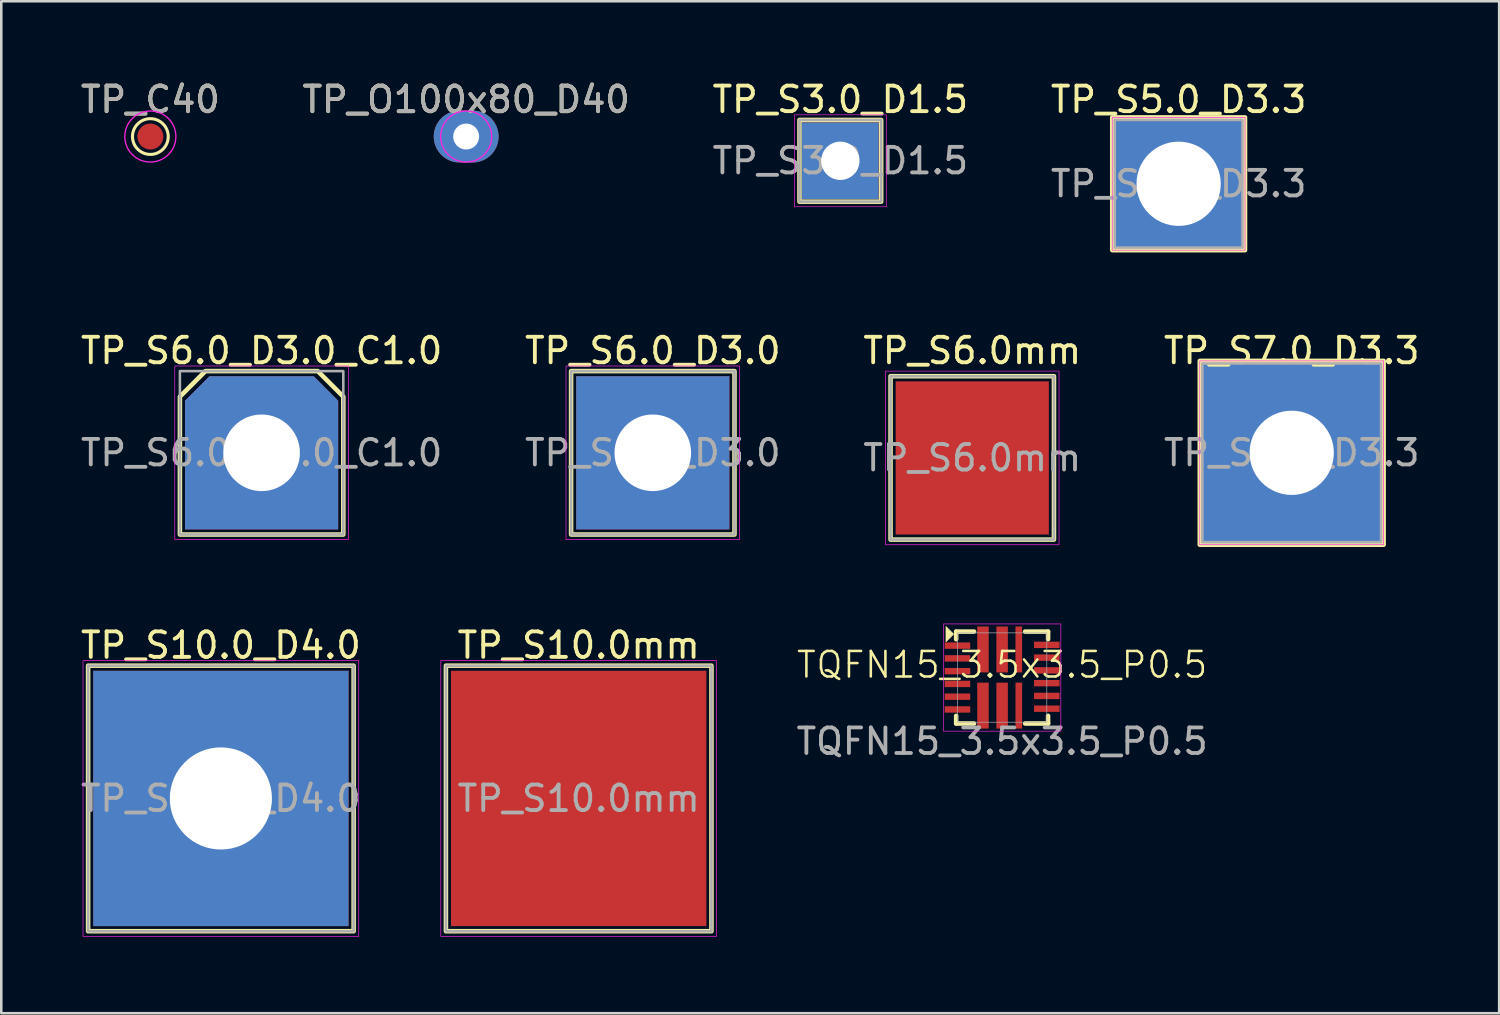
<source format=kicad_pcb>
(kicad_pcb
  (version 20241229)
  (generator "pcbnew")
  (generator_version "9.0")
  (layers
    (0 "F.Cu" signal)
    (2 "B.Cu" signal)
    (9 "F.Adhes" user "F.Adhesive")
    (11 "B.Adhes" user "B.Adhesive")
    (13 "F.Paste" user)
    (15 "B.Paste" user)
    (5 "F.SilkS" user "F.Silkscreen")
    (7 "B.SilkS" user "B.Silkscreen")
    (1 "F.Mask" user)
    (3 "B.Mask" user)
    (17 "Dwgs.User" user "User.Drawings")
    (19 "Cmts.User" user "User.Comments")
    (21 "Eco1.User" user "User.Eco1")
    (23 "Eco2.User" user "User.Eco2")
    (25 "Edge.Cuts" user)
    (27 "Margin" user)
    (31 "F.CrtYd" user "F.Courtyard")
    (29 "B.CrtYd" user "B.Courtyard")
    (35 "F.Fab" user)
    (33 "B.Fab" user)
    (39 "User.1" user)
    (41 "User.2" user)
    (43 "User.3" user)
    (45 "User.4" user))
  (footprint "TP_S6.0mm"
    (layer "F.Cu")
    (at 35.03 14.885)
    (property "Reference" "TP_S6.0mm" (at 0 -4.2 0) (layer "F.SilkS") (effects (font (size 1 1) (thickness 0.15))))
    (attr exclude_from_pos_files exclude_from_bom)
    (fp_rect (start -3.2 -3.2) (end 3.2 3.2) (stroke (width 0.178) (type solid)) (fill no) (layer "F.SilkS"))
    (fp_rect (start -3.4 -3.4) (end 3.4 3.4) (stroke (width 0.025) (type solid)) (fill no) (layer "F.CrtYd"))
    (fp_rect (start -3.2 -3.2) (end 3.2 3.2) (stroke (width 0.1) (type solid)) (fill no) (layer "F.Fab"))
    (fp_text user "${REFERENCE}" (at 0 0 0) (layer "F.Fab") (effects (font (size 1 1) (thickness 0.15))))
    (pad "1" smd rect (at 0 0) (size 6 6) (layers "F.Cu" "F.Mask")))
  (footprint "TP_S6.0_D3.0_C1.0"
    (layer "F.Cu")
    (at 7.196 14.685)
    (property "Reference" "TP_S6.0_D3.0_C1.0" (at 0 -4 0) (unlocked yes) (layer "F.SilkS") (effects (font (size 1 1) (thickness 0.15))))
    (attr through_hole)
    (fp_poly (pts (xy 3.2 -2.2) (xy 3.2 3.2) (xy -3.2 3.2) (xy -3.2 -2.2) (xy -2.2 -3.2) (xy 2.2 -3.2)) (stroke (width 0.178) (type solid)) (fill no) (layer "F.SilkS"))
    (fp_rect (start -3.4 3.4) (end 3.4 -3.4) (stroke (width 0.025) (type solid)) (fill no) (layer "F.CrtYd"))
    (fp_rect (start -3.2 3.2) (end 3.2 -3.2) (stroke (width 0.1) (type solid)) (fill no) (layer "F.Fab"))
    (fp_text user "${REFERENCE}" (at 0 0 0) (unlocked yes) (layer "F.Fab") (effects (font (size 1 1) (thickness 0.15))))
    (pad "1" thru_hole roundrect (at 0 0) (size 6 6) (drill 3) (layers "*.Cu" "*.Mask") (roundrect_rratio 0) (chamfer_ratio 0.16) (chamfer top_left top_right)))
  (footprint "TP_S7.0_D3.3"
    (layer "F.Cu")
    (at 47.542 14.685)
    (property "Reference" "TP_S7.0_D3.3" (at 0 -4 0) (unlocked yes) (layer "F.SilkS") (effects (font (size 1 1) (thickness 0.15))))
    (attr through_hole)
    (fp_rect (start -3.6 -3.6) (end 3.6 3.6) (stroke (width 0.178) (type solid)) (fill no) (layer "F.SilkS"))
    (fp_rect (start -3.6 -3.6) (end 3.6 3.6) (stroke (width 0.025) (type solid)) (fill no) (layer "F.CrtYd"))
    (fp_rect (start -3.5 -3.5) (end 3.5 3.5) (stroke (width 0.1) (type solid)) (fill no) (layer "F.Fab"))
    (fp_text user "${REFERENCE}" (at 0 0 0) (unlocked yes) (layer "F.Fab") (effects (font (size 1 1) (thickness 0.15))))
    (pad "1" thru_hole rect (at 0 0) (size 7 7) (drill 3.3) (layers "*.Cu" "*.Mask")))
  (footprint "TP_S10.0_D4.0"
    (layer "F.Cu")
    (at 5.601 28.223)
    (property "Reference" "TP_S10.0_D4.0" (at 0 -6 0) (unlocked yes) (layer "F.SilkS") (effects (font (size 1 1) (thickness 0.15))))
    (attr through_hole)
    (fp_rect (start -5.2 -5.2) (end 5.2 5.2) (stroke (width 0.178) (type solid)) (fill no) (layer "F.SilkS"))
    (fp_rect (start -5.4 5.4) (end 5.4 -5.4) (stroke (width 0.025) (type solid)) (fill no) (layer "F.CrtYd"))
    (fp_rect (start -5.2 -5.2) (end 5.2 5.2) (stroke (width 0.1) (type solid)) (fill no) (layer "F.Fab"))
    (fp_text user "${REFERENCE}" (at 0 0 0) (unlocked yes) (layer "F.Fab") (effects (font (size 1 1) (thickness 0.15))))
    (pad "1" thru_hole rect (at 0 0) (size 10 10) (drill 4) (layers "*.Cu" "*.Mask")))
  (footprint "TP_S5.0_D3.3"
    (layer "F.Cu")
    (at 43.113 4.148)
    (property "Reference" "TP_S5.0_D3.3" (at 0 -3.3 0) (unlocked yes) (layer "F.SilkS") (effects (font (size 1 1) (thickness 0.15))))
    (attr through_hole)
    (fp_rect (start -2.6 -2.6) (end 2.6 2.6) (stroke (width 0.178) (type solid)) (fill no) (layer "F.SilkS"))
    (fp_rect (start -2.6 -2.6) (end 2.6 2.6) (stroke (width 0.025) (type solid)) (fill no) (layer "F.CrtYd"))
    (fp_rect (start -2.5 -2.5) (end 2.5 2.5) (stroke (width 0.1) (type solid)) (fill no) (layer "F.Fab"))
    (fp_text user "${REFERENCE}" (at 0 0 0) (unlocked yes) (layer "F.Fab") (effects (font (size 1 1) (thickness 0.15))))
    (pad "1" thru_hole rect (at 0 0) (size 5 5) (drill 3.3) (layers "*.Cu" "*.Mask")))
  (footprint "TP_S6.0_D3.0"
    (layer "F.Cu")
    (at 22.518 14.685)
    (property "Reference" "TP_S6.0_D3.0" (at 0 -4 0) (unlocked yes) (layer "F.SilkS") (effects (font (size 1 1) (thickness 0.15))))
    (attr through_hole)
    (fp_rect (start -3.2 -3.2) (end 3.2 3.2) (stroke (width 0.178) (type solid)) (fill no) (layer "F.SilkS"))
    (fp_rect (start -3.4 3.4) (end 3.4 -3.4) (stroke (width 0.025) (type solid)) (fill no) (layer "F.CrtYd"))
    (fp_rect (start -3.2 3.2) (end 3.2 -3.2) (stroke (width 0.1) (type solid)) (fill no) (layer "F.Fab"))
    (fp_text user "${REFERENCE}" (at 0 0 0) (unlocked yes) (layer "F.Fab") (effects (font (size 1 1) (thickness 0.15))))
    (pad "1" thru_hole rect (at 0 0) (size 6 6) (drill 3) (layers "*.Cu" "*.Mask")))
  (footprint "TP_S10.0mm"
    (layer "F.Cu")
    (at 19.615 28.223)
    (property "Reference" "TP_S10.0mm" (at 0 -6 0) (layer "F.SilkS") (effects (font (size 1 1) (thickness 0.15))))
    (attr exclude_from_pos_files exclude_from_bom)
    (fp_rect (start -5.2 -5.2) (end 5.2 5.2) (stroke (width 0.178) (type solid)) (fill no) (layer "F.SilkS"))
    (fp_rect (start -5.4 -5.4) (end 5.4 5.4) (stroke (width 0.025) (type solid)) (fill no) (layer "F.CrtYd"))
    (fp_rect (start -5.2 -5.2) (end 5.2 5.2) (stroke (width 0.1) (type solid)) (fill no) (layer "F.Fab"))
    (fp_text user "${REFERENCE}" (at 0 0 0) (layer "F.Fab") (effects (font (size 1 1) (thickness 0.15))))
    (pad "1" smd rect (at 0 0) (size 10 10) (layers "F.Cu" "F.Mask")))
  (footprint "TP_S3.0_D1.5"
    (layer "F.Cu")
    (at 29.863 3.248)
    (property "Reference" "TP_S3.0_D1.5" (at 0 -2.4 0) (unlocked yes) (layer "F.SilkS") (effects (font (size 1 1) (thickness 0.15))))
    (attr through_hole)
    (fp_rect (start -1.6 -1.6) (end 1.6 1.6) (stroke (width 0.178) (type solid)) (fill no) (layer "F.SilkS"))
    (fp_rect (start -1.8 1.8) (end 1.8 -1.8) (stroke (width 0.025) (type solid)) (fill no) (layer "F.CrtYd"))
    (fp_rect (start -1.6 1.6) (end 1.6 -1.6) (stroke (width 0.1) (type solid)) (fill no) (layer "F.Fab"))
    (fp_text user "${REFERENCE}" (at 0 0 0) (unlocked yes) (layer "F.Fab") (effects (font (size 1 1) (thickness 0.15))))
    (pad "1" thru_hole rect (at 0 0) (size 3 3) (drill 1.5) (layers "*.Cu" "*.Mask")))
  (footprint "TP_C40"
    (layer "F.Cu")
    (at 2.839 2.298)
    (property "Reference" "TP_C40" (at 0 -1.448 0) (layer "F.SilkS") (effects (font (size 1 1) (thickness 0.15))))
    (attr exclude_from_pos_files exclude_from_bom)
    (fp_circle (center 0 0) (end 0 0.7) (stroke (width 0.12) (type solid)) (fill no) (layer "F.SilkS"))
    (fp_circle (center 0 0) (end 1 0) (stroke (width 0.05) (type solid)) (fill no) (layer "F.CrtYd"))
    (fp_text user "${REFERENCE}" (at 0 -1.45 0) (layer "F.Fab") (effects (font (size 1 1) (thickness 0.15))))
    (pad "1" smd circle (at 0 0) (size 1.016 1.016) (layers "F.Cu" "F.Mask")))
  (footprint "TP_O100x80_D40"
    (layer "F.Cu")
    (at 15.208 2.298)
    (property "Reference" "TP_O100x80_D40" (at 0 -1.448 0) (layer "F.SilkS") (effects (font (size 1 1) (thickness 0.15))))
    (attr exclude_from_pos_files exclude_from_bom)
    (fp_circle (center 0 0) (end 1 0) (stroke (width 0.05) (type solid)) (fill no) (layer "F.CrtYd"))
    (fp_text user "${REFERENCE}" (at 0 -1.45 0) (layer "F.Fab") (effects (font (size 1 1) (thickness 0.15))))
    (pad "1" thru_hole oval (at 0 0) (size 2.54 2.032) (drill 1.016) (layers "*.Cu" "*.Mask")))
  (footprint "TQFN15_3.5x3.5_P0.5"
    (layer "F.Cu")
    (at 36.2 23.487)
    (property "Reference" "TQFN15_3.5x3.5_P0.5" (at 0 -0.5 0) (unlocked yes) (layer "F.SilkS") (effects (font (size 1 1) (thickness 0.1))))
    (attr smd)
    (fp_line (start -1.8 -1.8) (end -1.8 -1.5) (stroke (width 0.178) (type default)) (layer "F.SilkS"))
    (fp_line (start -1.8 1.5) (end -1.8 1.8) (stroke (width 0.178) (type default)) (layer "F.SilkS"))
    (fp_line (start -1.8 1.8) (end -1.1 1.8) (stroke (width 0.178) (type default)) (layer "F.SilkS"))
    (fp_line (start -1.1 -1.8) (end -1.8 -1.8) (stroke (width 0.178) (type default)) (layer "F.SilkS"))
    (fp_line (start 0.9 -1.8) (end 1.8 -1.8) (stroke (width 0.178) (type default)) (layer "F.SilkS"))
    (fp_line (start 0.9 1.8) (end 1.8 1.8) (stroke (width 0.178) (type default)) (layer "F.SilkS"))
    (fp_line (start 1.8 -1.8) (end 1.8 -1.5) (stroke (width 0.178) (type default)) (layer "F.SilkS"))
    (fp_line (start 1.8 1.8) (end 1.8 1.5) (stroke (width 0.178) (type default)) (layer "F.SilkS"))
    (fp_poly (pts (xy -1.9 -1.7) (xy -2.2 -2) (xy -2.2 -1.4)) (stroke (width 0.025) (type solid)) (fill yes) (layer "F.SilkS"))
    (fp_rect (start -2.3 -2.1) (end 2.3 2.1) (stroke (width 0.025) (type default)) (fill no) (layer "F.CrtYd"))
    (fp_rect (start -1.75 -1.75) (end 1.75 1.75) (stroke (width 0.025) (type default)) (fill no) (layer "F.Fab"))
    (fp_text user "${REFERENCE}" (at 0 2.5 0) (unlocked yes) (layer "F.Fab") (effects (font (size 1 1) (thickness 0.15))))
    (pad "1" smd rect (at -1.75 -1.25) (size 1 0.25) (layers "F.Cu" "F.Mask" "F.Paste"))
    (pad "2" smd rect (at -1.75 -0.75) (size 1 0.25) (layers "F.Cu" "F.Mask" "F.Paste"))
    (pad "3" smd rect (at -1.75 -0.25) (size 1 0.25) (layers "F.Cu" "F.Mask" "F.Paste"))
    (pad "4" smd rect (at -1.75 0.25) (size 1 0.25) (layers "F.Cu" "F.Mask" "F.Paste"))
    (pad "5" smd rect (at -1.75 0.75) (size 1 0.25) (layers "F.Cu" "F.Mask" "F.Paste"))
    (pad "6" smd rect (at -1.75 1.25) (size 1 0.25) (layers "F.Cu" "F.Mask" "F.Paste"))
    (pad "7" smd rect (at -0.75 -1.1) (size 0.45 1.8) (layers "F.Cu" "F.Mask" "F.Paste"))
    (pad "7" smd rect (at -0.75 1.1) (size 0.45 1.8) (layers "F.Cu" "F.Mask" "F.Paste"))
    (pad "8" smd rect (at 0 -1.1) (size 0.45 1.8) (layers "F.Cu" "F.Mask" "F.Paste"))
    (pad "8" smd rect (at 0 1.1) (size 0.45 1.8) (layers "F.Cu" "F.Mask" "F.Paste"))
    (pad "9" smd rect (at 0.653 -1.1) (size 0.26 1.8) (layers "F.Cu" "F.Mask" "F.Paste"))
    (pad "9" smd rect (at 0.653 1.1) (size 0.26 1.8) (layers "F.Cu" "F.Mask" "F.Paste"))
    (pad "10" smd rect (at 1.75 1.22) (size 1 0.25) (layers "F.Cu" "F.Mask" "F.Paste"))
    (pad "11" smd rect (at 1.75 0.72) (size 1 0.25) (layers "F.Cu" "F.Mask" "F.Paste"))
    (pad "12" smd rect (at 1.75 0.22) (size 1 0.25) (layers "F.Cu" "F.Mask" "F.Paste"))
    (pad "13" smd rect (at 1.75 -0.28) (size 1 0.25) (layers "F.Cu" "F.Mask" "F.Paste"))
    (pad "14" smd rect (at 1.75 -0.78) (size 1 0.25) (layers "F.Cu" "F.Mask" "F.Paste"))
    (pad "15" smd rect (at 1.75 -1.28) (size 1 0.25) (layers "F.Cu" "F.Mask" "F.Paste")))
  (gr_rect
    (start -3 -3)
    (end 55.667 36.635)
    (stroke (width 0.1) (type default))
    (fill no)
    (layer "Edge.Cuts")))
</source>
